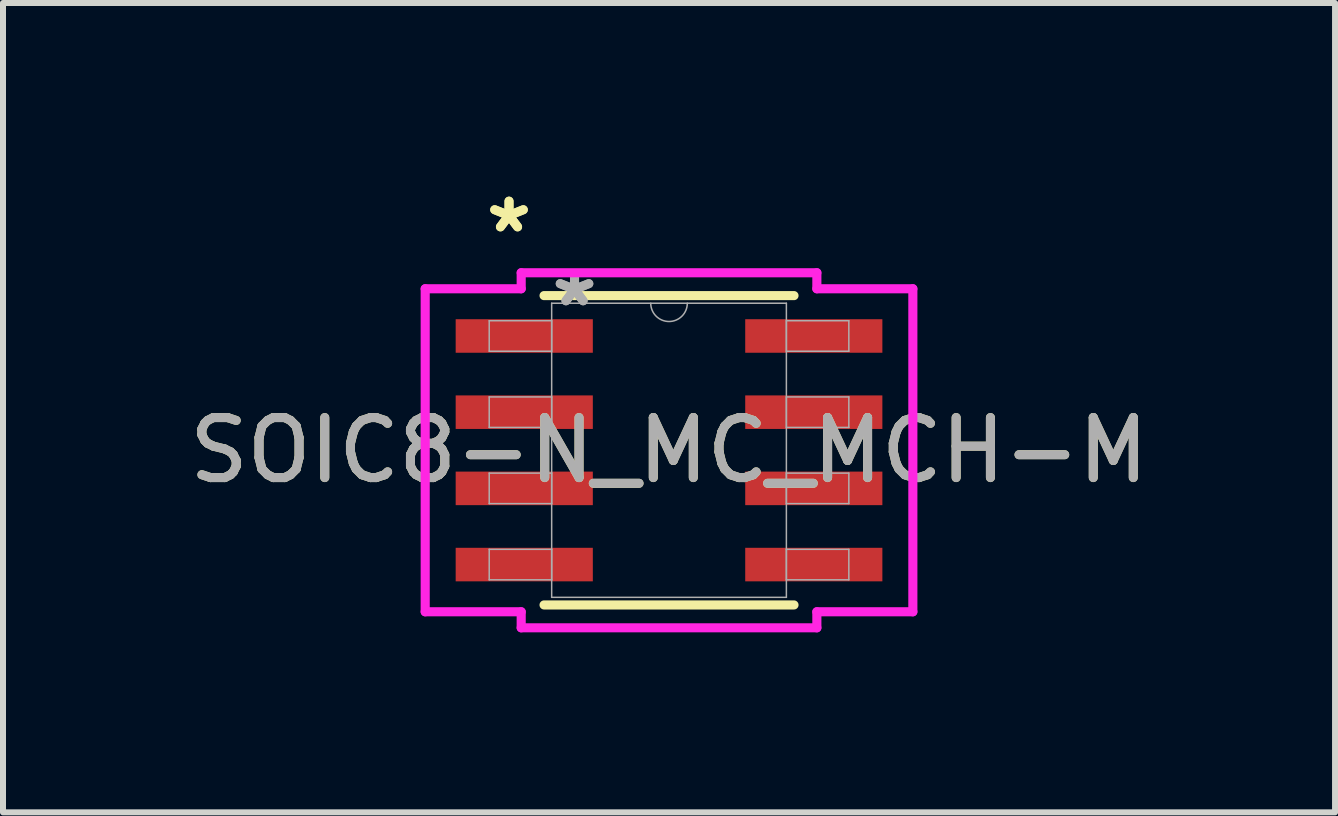
<source format=kicad_pcb>
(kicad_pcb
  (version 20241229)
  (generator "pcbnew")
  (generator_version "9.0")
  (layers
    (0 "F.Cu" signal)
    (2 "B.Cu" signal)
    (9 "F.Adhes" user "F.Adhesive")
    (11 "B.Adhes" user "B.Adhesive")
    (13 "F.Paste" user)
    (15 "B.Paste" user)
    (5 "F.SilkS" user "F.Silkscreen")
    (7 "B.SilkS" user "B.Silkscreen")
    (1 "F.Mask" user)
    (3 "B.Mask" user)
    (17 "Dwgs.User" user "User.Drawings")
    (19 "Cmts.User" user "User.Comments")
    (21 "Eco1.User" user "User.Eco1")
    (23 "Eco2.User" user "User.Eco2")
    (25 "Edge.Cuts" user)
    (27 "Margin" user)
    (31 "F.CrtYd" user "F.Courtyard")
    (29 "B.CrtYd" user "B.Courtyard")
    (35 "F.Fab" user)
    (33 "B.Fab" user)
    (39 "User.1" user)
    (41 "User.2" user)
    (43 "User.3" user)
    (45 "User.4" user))
  (footprint "SOIC8-N_MC_MCH-M"
    (layer "F.Cu")
    (at 8.101 4.455)
    (property "Reference" "SOIC8-N_MC_MCH-M" (at 0 0 0) (unlocked yes) (layer "F.SilkS") (effects (font (size 1 1) (thickness 0.15))))
    (attr smd)
    (fp_line (start -2.083 2.578) (end 2.083 2.578) (stroke (width 0.152) (type solid)) (layer "F.SilkS"))
    (fp_line (start 2.083 -2.578) (end -2.083 -2.578) (stroke (width 0.152) (type solid)) (layer "F.SilkS"))
    (fp_line (start -4.064 -2.692) (end -2.464 -2.692) (stroke (width 0.152) (type solid)) (layer "F.CrtYd"))
    (fp_line (start -4.064 2.692) (end -4.064 -2.692) (stroke (width 0.152) (type solid)) (layer "F.CrtYd"))
    (fp_line (start -4.064 2.692) (end -2.464 2.692) (stroke (width 0.152) (type solid)) (layer "F.CrtYd"))
    (fp_line (start -2.464 -2.959) (end 2.464 -2.959) (stroke (width 0.152) (type solid)) (layer "F.CrtYd"))
    (fp_line (start -2.464 -2.692) (end -2.464 -2.959) (stroke (width 0.152) (type solid)) (layer "F.CrtYd"))
    (fp_line (start -2.464 2.959) (end -2.464 2.692) (stroke (width 0.152) (type solid)) (layer "F.CrtYd"))
    (fp_line (start 2.464 -2.959) (end 2.464 -2.692) (stroke (width 0.152) (type solid)) (layer "F.CrtYd"))
    (fp_line (start 2.464 2.692) (end 2.464 2.959) (stroke (width 0.152) (type solid)) (layer "F.CrtYd"))
    (fp_line (start 2.464 2.959) (end -2.464 2.959) (stroke (width 0.152) (type solid)) (layer "F.CrtYd"))
    (fp_line (start 4.064 -2.692) (end 2.464 -2.692) (stroke (width 0.152) (type solid)) (layer "F.CrtYd"))
    (fp_line (start 4.064 -2.692) (end 4.064 2.692) (stroke (width 0.152) (type solid)) (layer "F.CrtYd"))
    (fp_line (start 4.064 2.692) (end 2.464 2.692) (stroke (width 0.152) (type solid)) (layer "F.CrtYd"))
    (fp_line (start -2.997 -2.159) (end -2.997 -1.651) (stroke (width 0.025) (type solid)) (layer "F.Fab"))
    (fp_line (start -2.997 -1.651) (end -1.956 -1.651) (stroke (width 0.025) (type solid)) (layer "F.Fab"))
    (fp_line (start -2.997 -0.889) (end -2.997 -0.381) (stroke (width 0.025) (type solid)) (layer "F.Fab"))
    (fp_line (start -2.997 -0.381) (end -1.956 -0.381) (stroke (width 0.025) (type solid)) (layer "F.Fab"))
    (fp_line (start -2.997 0.381) (end -2.997 0.889) (stroke (width 0.025) (type solid)) (layer "F.Fab"))
    (fp_line (start -2.997 0.889) (end -1.956 0.889) (stroke (width 0.025) (type solid)) (layer "F.Fab"))
    (fp_line (start -2.997 1.651) (end -2.997 2.159) (stroke (width 0.025) (type solid)) (layer "F.Fab"))
    (fp_line (start -2.997 2.159) (end -1.956 2.159) (stroke (width 0.025) (type solid)) (layer "F.Fab"))
    (fp_line (start -1.956 -2.451) (end -1.956 2.451) (stroke (width 0.025) (type solid)) (layer "F.Fab"))
    (fp_line (start -1.956 -2.159) (end -2.997 -2.159) (stroke (width 0.025) (type solid)) (layer "F.Fab"))
    (fp_line (start -1.956 -1.651) (end -1.956 -2.159) (stroke (width 0.025) (type solid)) (layer "F.Fab"))
    (fp_line (start -1.956 -0.889) (end -2.997 -0.889) (stroke (width 0.025) (type solid)) (layer "F.Fab"))
    (fp_line (start -1.956 -0.381) (end -1.956 -0.889) (stroke (width 0.025) (type solid)) (layer "F.Fab"))
    (fp_line (start -1.956 0.381) (end -2.997 0.381) (stroke (width 0.025) (type solid)) (layer "F.Fab"))
    (fp_line (start -1.956 0.889) (end -1.956 0.381) (stroke (width 0.025) (type solid)) (layer "F.Fab"))
    (fp_line (start -1.956 1.651) (end -2.997 1.651) (stroke (width 0.025) (type solid)) (layer "F.Fab"))
    (fp_line (start -1.956 2.159) (end -1.956 1.651) (stroke (width 0.025) (type solid)) (layer "F.Fab"))
    (fp_line (start -1.956 2.451) (end 1.956 2.451) (stroke (width 0.025) (type solid)) (layer "F.Fab"))
    (fp_line (start 1.956 -2.451) (end -1.956 -2.451) (stroke (width 0.025) (type solid)) (layer "F.Fab"))
    (fp_line (start 1.956 -2.159) (end 1.956 -1.651) (stroke (width 0.025) (type solid)) (layer "F.Fab"))
    (fp_line (start 1.956 -1.651) (end 2.997 -1.651) (stroke (width 0.025) (type solid)) (layer "F.Fab"))
    (fp_line (start 1.956 -0.889) (end 1.956 -0.381) (stroke (width 0.025) (type solid)) (layer "F.Fab"))
    (fp_line (start 1.956 -0.381) (end 2.997 -0.381) (stroke (width 0.025) (type solid)) (layer "F.Fab"))
    (fp_line (start 1.956 0.381) (end 1.956 0.889) (stroke (width 0.025) (type solid)) (layer "F.Fab"))
    (fp_line (start 1.956 0.889) (end 2.997 0.889) (stroke (width 0.025) (type solid)) (layer "F.Fab"))
    (fp_line (start 1.956 1.651) (end 1.956 2.159) (stroke (width 0.025) (type solid)) (layer "F.Fab"))
    (fp_line (start 1.956 2.159) (end 2.997 2.159) (stroke (width 0.025) (type solid)) (layer "F.Fab"))
    (fp_line (start 1.956 2.451) (end 1.956 -2.451) (stroke (width 0.025) (type solid)) (layer "F.Fab"))
    (fp_line (start 2.997 -2.159) (end 1.956 -2.159) (stroke (width 0.025) (type solid)) (layer "F.Fab"))
    (fp_line (start 2.997 -1.651) (end 2.997 -2.159) (stroke (width 0.025) (type solid)) (layer "F.Fab"))
    (fp_line (start 2.997 -0.889) (end 1.956 -0.889) (stroke (width 0.025) (type solid)) (layer "F.Fab"))
    (fp_line (start 2.997 -0.381) (end 2.997 -0.889) (stroke (width 0.025) (type solid)) (layer "F.Fab"))
    (fp_line (start 2.997 0.381) (end 1.956 0.381) (stroke (width 0.025) (type solid)) (layer "F.Fab"))
    (fp_line (start 2.997 0.889) (end 2.997 0.381) (stroke (width 0.025) (type solid)) (layer "F.Fab"))
    (fp_line (start 2.997 1.651) (end 1.956 1.651) (stroke (width 0.025) (type solid)) (layer "F.Fab"))
    (fp_line (start 2.997 2.159) (end 2.997 1.651) (stroke (width 0.025) (type solid)) (layer "F.Fab"))
    (fp_arc (start 0.3048 -2.4511) (mid 0 -2.1463) (end -0.3048 -2.4511) (stroke (width 0.0254) (type solid)) (layer "F.Fab"))
    (fp_text user "*" (at -2.667 -3.607 0) (layer "F.SilkS") (effects (font (size 1 1) (thickness 0.15))))
    (fp_text user "*" (at -2.667 -3.607 0) (unlocked yes) (layer "F.SilkS") (effects (font (size 1 1) (thickness 0.15))))
    (fp_text user "*" (at -1.575 -2.375 0) (unlocked yes) (layer "F.Fab") (effects (font (size 1 1) (thickness 0.15))))
    (fp_text user "${REFERENCE}" (at 0 0 0) (unlocked yes) (layer "F.Fab") (effects (font (size 1 1) (thickness 0.15))))
    (fp_text user "*" (at -1.575 -2.375 0) (layer "F.Fab") (effects (font (size 1 1) (thickness 0.15))))
    (pad "1" smd rect (at -2.413 -1.905) (size 2.286 0.559) (layers "F.Cu" "F.Mask" "F.Paste"))
    (pad "2" smd rect (at -2.413 -0.635) (size 2.286 0.559) (layers "F.Cu" "F.Mask" "F.Paste"))
    (pad "3" smd rect (at -2.413 0.635) (size 2.286 0.559) (layers "F.Cu" "F.Mask" "F.Paste"))
    (pad "4" smd rect (at -2.413 1.905) (size 2.286 0.559) (layers "F.Cu" "F.Mask" "F.Paste"))
    (pad "5" smd rect (at 2.413 1.905) (size 2.286 0.559) (layers "F.Cu" "F.Mask" "F.Paste"))
    (pad "6" smd rect (at 2.413 0.635) (size 2.286 0.559) (layers "F.Cu" "F.Mask" "F.Paste"))
    (pad "7" smd rect (at 2.413 -0.635) (size 2.286 0.559) (layers "F.Cu" "F.Mask" "F.Paste"))
    (pad "8" smd rect (at 2.413 -1.905) (size 2.286 0.559) (layers "F.Cu" "F.Mask" "F.Paste")))
  (gr_rect
    (start -3 -3)
    (end 19.202 10.49)
    (stroke (width 0.1) (type default))
    (fill no)
    (layer "Edge.Cuts")))
</source>
